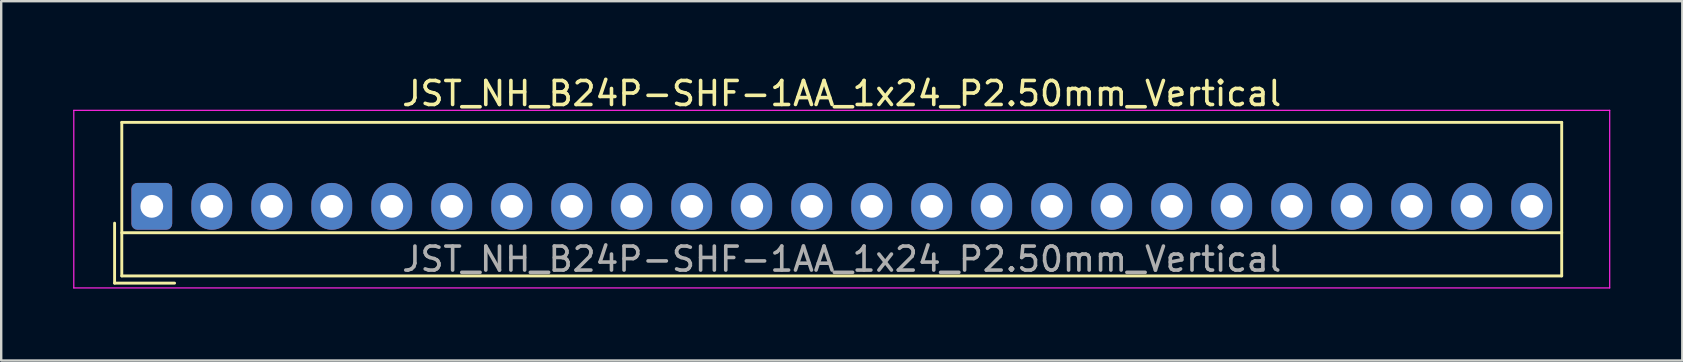
<source format=kicad_pcb>
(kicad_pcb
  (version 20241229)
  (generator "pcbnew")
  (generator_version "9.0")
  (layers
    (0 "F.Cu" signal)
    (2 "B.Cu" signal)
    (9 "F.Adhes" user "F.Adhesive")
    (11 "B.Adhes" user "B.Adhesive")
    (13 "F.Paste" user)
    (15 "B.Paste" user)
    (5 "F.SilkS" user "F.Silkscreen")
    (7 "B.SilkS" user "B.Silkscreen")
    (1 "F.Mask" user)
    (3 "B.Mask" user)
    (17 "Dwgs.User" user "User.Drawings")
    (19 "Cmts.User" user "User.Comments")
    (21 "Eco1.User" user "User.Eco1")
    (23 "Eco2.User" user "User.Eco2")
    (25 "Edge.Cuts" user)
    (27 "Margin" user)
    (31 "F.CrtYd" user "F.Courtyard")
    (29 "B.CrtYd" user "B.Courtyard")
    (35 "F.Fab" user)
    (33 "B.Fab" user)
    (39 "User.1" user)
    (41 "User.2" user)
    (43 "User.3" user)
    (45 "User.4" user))
  (footprint "JST_NH_B24P-SHF-1AA_1x24_P2.50mm_Vertical"
    (layer "F.Cu")
    (at 3.275 5.548)
    (property "Reference" "JST_NH_B24P-SHF-1AA_1x24_P2.50mm_Vertical" (at 28.75 -4.7 0) (layer "F.SilkS") (effects (font (size 1 1) (thickness 0.15))))
    (attr through_hole)
    (fp_line (start -1.55 0.7) (end -1.55 3.2) (stroke (width 0.12) (type solid)) (layer "F.SilkS"))
    (fp_line (start -1.55 3.2) (end 0.95 3.2) (stroke (width 0.12) (type solid)) (layer "F.SilkS"))
    (fp_line (start -1.25 -3.5) (end -1.25 2.9) (stroke (width 0.12) (type solid)) (layer "F.SilkS"))
    (fp_line (start -1.25 1.1) (end 58.75 1.1) (stroke (width 0.12) (type solid)) (layer "F.SilkS"))
    (fp_line (start -1.25 2.9) (end 58.75 2.9) (stroke (width 0.12) (type solid)) (layer "F.SilkS"))
    (fp_line (start 58.75 -3.5) (end -1.25 -3.5) (stroke (width 0.12) (type solid)) (layer "F.SilkS"))
    (fp_line (start 58.75 2.9) (end 58.75 -3.5) (stroke (width 0.12) (type solid)) (layer "F.SilkS"))
    (fp_line (start -3.25 -4) (end -3.25 3.4) (stroke (width 0.05) (type solid)) (layer "F.CrtYd"))
    (fp_line (start -3.25 3.4) (end 60.75 3.4) (stroke (width 0.05) (type solid)) (layer "F.CrtYd"))
    (fp_line (start 60.75 -4) (end -3.25 -4) (stroke (width 0.05) (type solid)) (layer "F.CrtYd"))
    (fp_line (start 60.75 3.4) (end 60.75 -4) (stroke (width 0.05) (type solid)) (layer "F.CrtYd"))
    (fp_text user "${REFERENCE}" (at 28.75 2.2 0) (layer "F.Fab") (effects (font (size 1 1) (thickness 0.15))))
    (pad "1" thru_hole roundrect (at 0 0) (size 1.7 1.95) (drill 0.95) (layers "*.Cu" "*.Mask") (roundrect_rratio 0.147))
    (pad "2" thru_hole oval (at 2.5 0) (size 1.7 1.95) (drill 0.95) (layers "*.Cu" "*.Mask"))
    (pad "3" thru_hole oval (at 5 0) (size 1.7 1.95) (drill 0.95) (layers "*.Cu" "*.Mask"))
    (pad "4" thru_hole oval (at 7.5 0) (size 1.7 1.95) (drill 0.95) (layers "*.Cu" "*.Mask"))
    (pad "5" thru_hole oval (at 10 0) (size 1.7 1.95) (drill 0.95) (layers "*.Cu" "*.Mask"))
    (pad "6" thru_hole oval (at 12.5 0) (size 1.7 1.95) (drill 0.95) (layers "*.Cu" "*.Mask"))
    (pad "7" thru_hole oval (at 15 0) (size 1.7 1.95) (drill 0.95) (layers "*.Cu" "*.Mask"))
    (pad "8" thru_hole oval (at 17.5 0) (size 1.7 1.95) (drill 0.95) (layers "*.Cu" "*.Mask"))
    (pad "9" thru_hole oval (at 20 0) (size 1.7 1.95) (drill 0.95) (layers "*.Cu" "*.Mask"))
    (pad "10" thru_hole oval (at 22.5 0) (size 1.7 1.95) (drill 0.95) (layers "*.Cu" "*.Mask"))
    (pad "11" thru_hole oval (at 25 0) (size 1.7 1.95) (drill 0.95) (layers "*.Cu" "*.Mask"))
    (pad "12" thru_hole oval (at 27.5 0) (size 1.7 1.95) (drill 0.95) (layers "*.Cu" "*.Mask"))
    (pad "13" thru_hole oval (at 30 0) (size 1.7 1.95) (drill 0.95) (layers "*.Cu" "*.Mask"))
    (pad "14" thru_hole oval (at 32.5 0) (size 1.7 1.95) (drill 0.95) (layers "*.Cu" "*.Mask"))
    (pad "15" thru_hole oval (at 35 0) (size 1.7 1.95) (drill 0.95) (layers "*.Cu" "*.Mask"))
    (pad "16" thru_hole oval (at 37.5 0) (size 1.7 1.95) (drill 0.95) (layers "*.Cu" "*.Mask"))
    (pad "17" thru_hole oval (at 40 0) (size 1.7 1.95) (drill 0.95) (layers "*.Cu" "*.Mask"))
    (pad "18" thru_hole oval (at 42.5 0) (size 1.7 1.95) (drill 0.95) (layers "*.Cu" "*.Mask"))
    (pad "19" thru_hole oval (at 45 0) (size 1.7 1.95) (drill 0.95) (layers "*.Cu" "*.Mask"))
    (pad "20" thru_hole oval (at 47.5 0) (size 1.7 1.95) (drill 0.95) (layers "*.Cu" "*.Mask"))
    (pad "21" thru_hole oval (at 50 0) (size 1.7 1.95) (drill 0.95) (layers "*.Cu" "*.Mask"))
    (pad "22" thru_hole oval (at 52.5 0) (size 1.7 1.95) (drill 0.95) (layers "*.Cu" "*.Mask"))
    (pad "23" thru_hole oval (at 55 0) (size 1.7 1.95) (drill 0.95) (layers "*.Cu" "*.Mask"))
    (pad "24" thru_hole oval (at 57.5 0) (size 1.7 1.95) (drill 0.95) (layers "*.Cu" "*.Mask")))
  (gr_rect
    (start -3 -3)
    (end 67.05 11.973)
    (stroke (width 0.1) (type default))
    (fill no)
    (layer "Edge.Cuts")))
</source>
